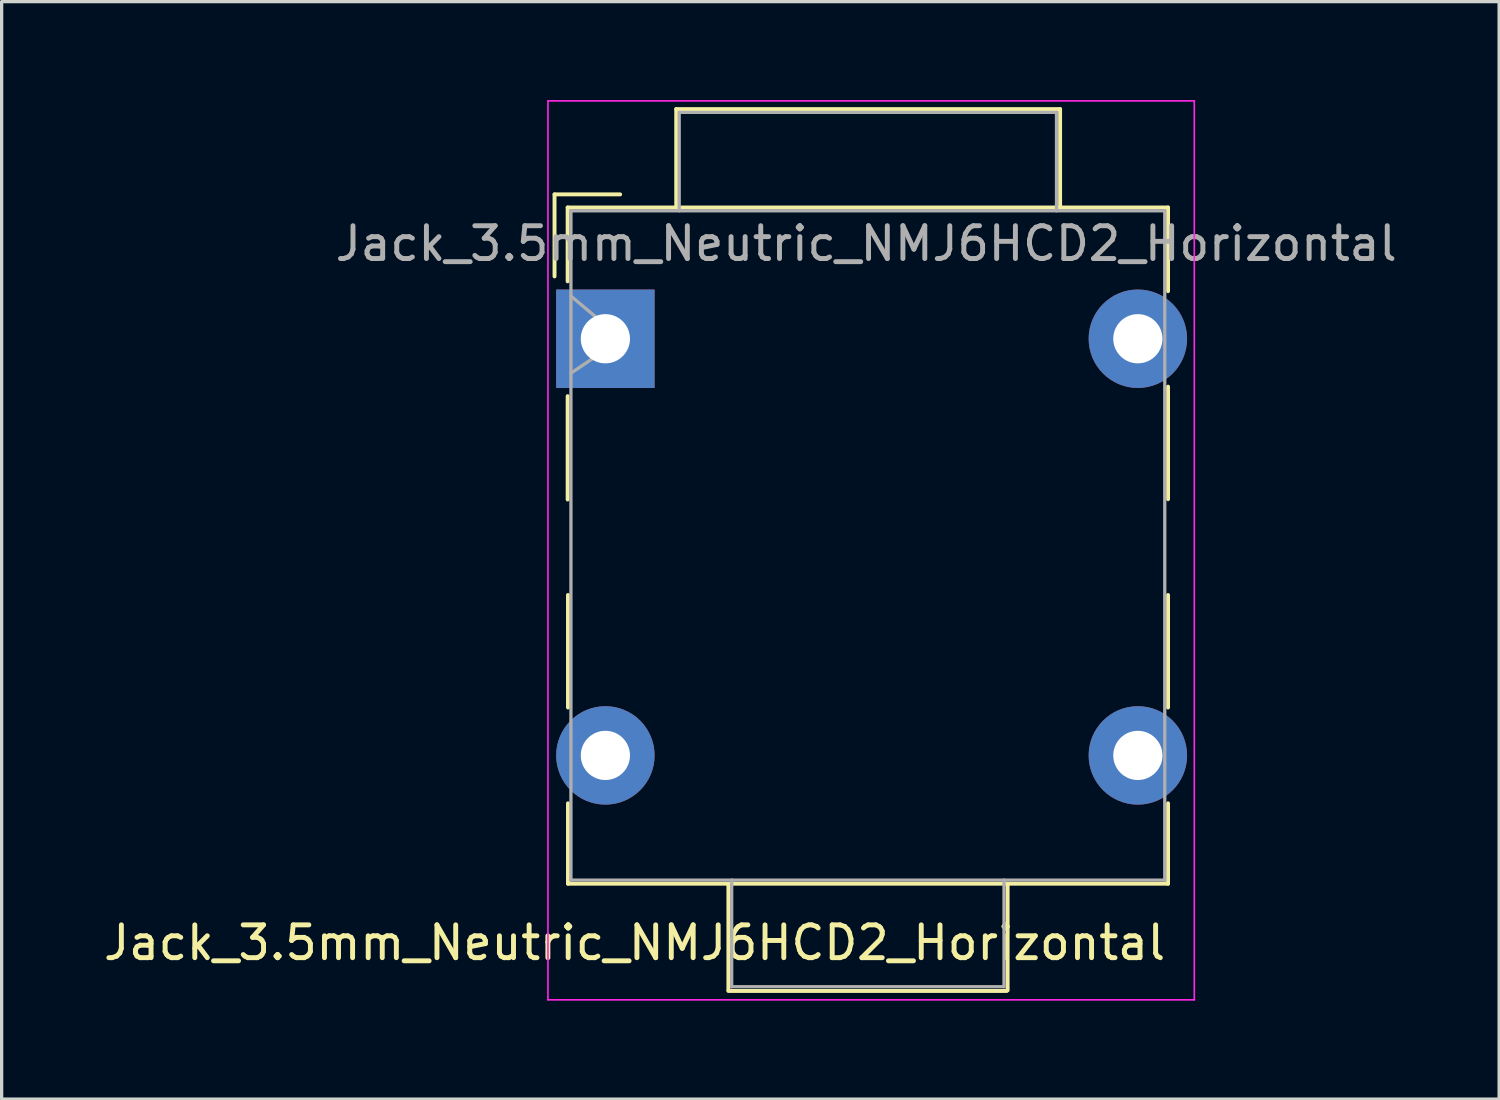
<source format=kicad_pcb>
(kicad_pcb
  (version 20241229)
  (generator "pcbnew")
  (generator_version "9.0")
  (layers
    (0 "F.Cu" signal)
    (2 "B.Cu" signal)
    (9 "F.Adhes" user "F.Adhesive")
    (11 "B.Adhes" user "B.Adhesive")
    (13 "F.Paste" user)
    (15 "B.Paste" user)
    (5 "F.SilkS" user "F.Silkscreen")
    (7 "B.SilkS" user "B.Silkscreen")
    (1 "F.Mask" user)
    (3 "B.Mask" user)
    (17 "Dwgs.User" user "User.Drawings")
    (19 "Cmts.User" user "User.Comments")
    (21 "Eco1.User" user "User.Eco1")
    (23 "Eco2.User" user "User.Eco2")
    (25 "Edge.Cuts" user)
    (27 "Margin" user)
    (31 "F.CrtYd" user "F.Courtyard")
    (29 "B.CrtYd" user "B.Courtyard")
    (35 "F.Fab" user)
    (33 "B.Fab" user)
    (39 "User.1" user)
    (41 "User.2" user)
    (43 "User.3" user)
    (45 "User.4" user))
  (footprint "Jack_3.5mm_Neutric_NMJ6HCD2_Horizontal"
    (layer "F.Cu")
    (at 15.402 7.275)
    (property "Reference" "Jack_3.5mm_Neutric_NMJ6HCD2_Horizontal" (at 0.89 18.41 0) (layer "F.SilkS") (effects (font (size 1 1) (thickness 0.15))))
    (attr through_hole)
    (fp_line (start -1.55 -4.4) (end -1.55 -1.9) (stroke (width 0.12) (type solid)) (layer "F.SilkS"))
    (fp_line (start -1.15 -4) (end 17.15 -4) (stroke (width 0.12) (type solid)) (layer "F.SilkS"))
    (fp_line (start -1.15 -1.75) (end -1.15 -4) (stroke (width 0.12) (type solid)) (layer "F.SilkS"))
    (fp_line (start -1.15 4.9) (end -1.15 1.75) (stroke (width 0.12) (type solid)) (layer "F.SilkS"))
    (fp_line (start -1.14 11.24) (end -1.14 7.81) (stroke (width 0.12) (type solid)) (layer "F.SilkS"))
    (fp_line (start -1.14 16.61) (end -1.14 14.16) (stroke (width 0.12) (type solid)) (layer "F.SilkS"))
    (fp_line (start -1.14 16.61) (end 17.15 16.61) (stroke (width 0.12) (type solid)) (layer "F.SilkS"))
    (fp_line (start 0.45 -4.4) (end -1.55 -4.4) (stroke (width 0.12) (type solid)) (layer "F.SilkS"))
    (fp_line (start 2.16 -7) (end 2.16 -4) (stroke (width 0.12) (type solid)) (layer "F.SilkS"))
    (fp_line (start 2.16 -7) (end 13.86 -7) (stroke (width 0.12) (type solid)) (layer "F.SilkS"))
    (fp_line (start 3.75 16.64) (end 3.75 19.86) (stroke (width 0.12) (type solid)) (layer "F.SilkS"))
    (fp_line (start 3.75 19.88) (end 12.23 19.88) (stroke (width 0.12) (type solid)) (layer "F.SilkS"))
    (fp_line (start 12.26 16.64) (end 12.26 19.86) (stroke (width 0.12) (type solid)) (layer "F.SilkS"))
    (fp_line (start 13.86 -7) (end 13.86 -4) (stroke (width 0.12) (type solid)) (layer "F.SilkS"))
    (fp_line (start 17.15 -4) (end 17.15 -1.45) (stroke (width 0.12) (type solid)) (layer "F.SilkS"))
    (fp_line (start 17.15 1.46) (end 17.15 4.89) (stroke (width 0.12) (type solid)) (layer "F.SilkS"))
    (fp_line (start 17.15 7.81) (end 17.15 11.24) (stroke (width 0.12) (type solid)) (layer "F.SilkS"))
    (fp_line (start 17.15 16.61) (end 17.15 14.16) (stroke (width 0.12) (type solid)) (layer "F.SilkS"))
    (fp_line (start -1.75 -7.25) (end -1.75 20.15) (stroke (width 0.05) (type solid)) (layer "F.CrtYd"))
    (fp_line (start -1.75 -7.25) (end 17.95 -7.25) (stroke (width 0.05) (type solid)) (layer "F.CrtYd"))
    (fp_line (start -1.75 20.15) (end 17.95 20.15) (stroke (width 0.05) (type solid)) (layer "F.CrtYd"))
    (fp_line (start 17.95 20.15) (end 17.95 -7.25) (stroke (width 0.05) (type solid)) (layer "F.CrtYd"))
    (fp_line (start -1.05 -3.9) (end 17.05 -3.9) (stroke (width 0.1) (type solid)) (layer "F.Fab"))
    (fp_line (start -1.05 -1.3) (end 0.5 0) (stroke (width 0.1) (type solid)) (layer "F.Fab"))
    (fp_line (start -1.05 16.5) (end -1.05 -3.9) (stroke (width 0.1) (type solid)) (layer "F.Fab"))
    (fp_line (start 0.5 0) (end -1.05 1.05) (stroke (width 0.1) (type solid)) (layer "F.Fab"))
    (fp_line (start 2.25 -6.9) (end 13.75 -6.9) (stroke (width 0.1) (type solid)) (layer "F.Fab"))
    (fp_line (start 2.25 -3.9) (end 2.25 -6.9) (stroke (width 0.1) (type solid)) (layer "F.Fab"))
    (fp_line (start 3.85 16.5) (end 3.85 19.75) (stroke (width 0.1) (type solid)) (layer "F.Fab"))
    (fp_line (start 3.85 19.75) (end 12.15 19.75) (stroke (width 0.1) (type solid)) (layer "F.Fab"))
    (fp_line (start 12.15 19.75) (end 12.15 16.5) (stroke (width 0.1) (type solid)) (layer "F.Fab"))
    (fp_line (start 13.75 -6.9) (end 13.75 -3.9) (stroke (width 0.1) (type solid)) (layer "F.Fab"))
    (fp_line (start 17.05 -3.9) (end 17.05 16.5) (stroke (width 0.1) (type solid)) (layer "F.Fab"))
    (fp_line (start 17.05 16.5) (end -1.05 16.5) (stroke (width 0.1) (type solid)) (layer "F.Fab"))
    (fp_text user "${REFERENCE}" (at 7.95 -2.9 0) (layer "F.Fab") (effects (font (size 1 1) (thickness 0.15))))
    (pad "1" thru_hole rect (at 0 0) (size 3 3) (drill 1.5) (layers "*.Cu" "*.Mask"))
    (pad "2" thru_hole circle (at 0 12.7) (size 3 3) (drill 1.5) (layers "*.Cu" "*.Mask"))
    (pad "4" thru_hole circle (at 16.23 0) (size 3 3) (drill 1.5) (layers "*.Cu" "*.Mask"))
    (pad "5" thru_hole circle (at 16.23 12.7) (size 3 3) (drill 1.5) (layers "*.Cu" "*.Mask")))
  (gr_rect
    (start -3 -3)
    (end 42.643 30.45)
    (stroke (width 0.1) (type default))
    (fill no)
    (layer "Edge.Cuts")))
</source>
